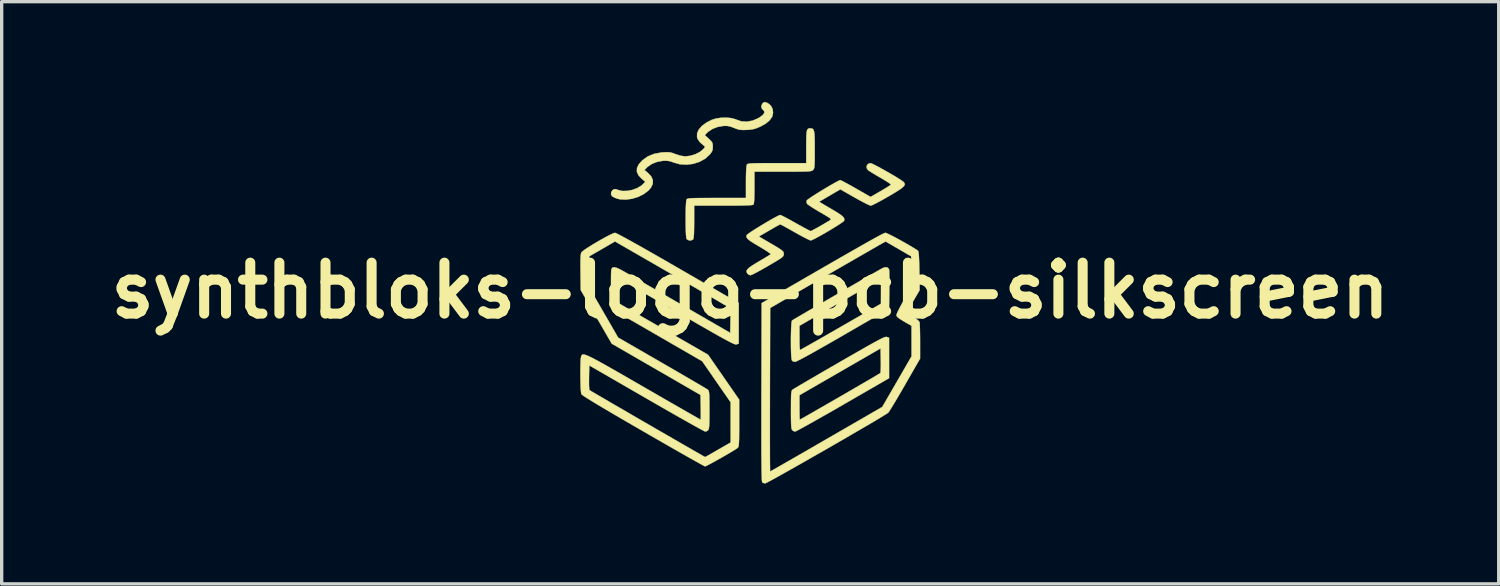
<source format=kicad_pcb>
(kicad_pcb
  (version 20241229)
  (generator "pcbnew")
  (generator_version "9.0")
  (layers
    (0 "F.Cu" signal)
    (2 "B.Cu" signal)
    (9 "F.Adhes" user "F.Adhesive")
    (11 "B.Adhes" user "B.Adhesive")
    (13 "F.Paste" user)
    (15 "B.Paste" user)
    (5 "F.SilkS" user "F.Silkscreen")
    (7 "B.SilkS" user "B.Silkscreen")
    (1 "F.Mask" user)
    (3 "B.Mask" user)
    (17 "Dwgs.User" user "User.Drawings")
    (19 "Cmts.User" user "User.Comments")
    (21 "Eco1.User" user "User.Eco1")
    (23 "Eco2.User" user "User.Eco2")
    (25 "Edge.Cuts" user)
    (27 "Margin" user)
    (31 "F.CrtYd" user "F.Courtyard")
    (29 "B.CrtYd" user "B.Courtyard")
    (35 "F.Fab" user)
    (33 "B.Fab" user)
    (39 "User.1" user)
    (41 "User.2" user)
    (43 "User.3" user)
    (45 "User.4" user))
  (footprint "synthbloks-logo-pcb-silkscreen"
    (layer "F.Cu")
    (at 19.384 5.639)
    (property "Reference" "synthbloks-logo-pcb-silkscreen" (at 0 0 0) (layer "F.SilkS") (effects (font (size 1.524 1.524) (thickness 0.3))))
    (attr through_hole)
    (fp_poly (pts (xy 4.087 1.388) (xy 4.153 1.411) (xy 4.153 2.62) (xy 2.77 3.418) (xy 2.527 3.559) (xy 2.295 3.691) (xy 2.08 3.813) (xy 1.885 3.923) (xy 1.714 4.019) (xy 1.571 4.098) (xy 1.459 4.159) (xy 1.383 4.199) (xy 1.345 4.216) (xy 1.343 4.216) (xy 1.29 4.199) (xy 1.259 4.176) (xy 1.246 4.157) (xy 1.236 4.123) (xy 1.229 4.069) (xy 1.224 3.988) (xy 1.221 3.875) (xy 1.219 3.722) (xy 1.219 3.571) (xy 1.22 3.385) (xy 1.221 3.244) (xy 1.224 3.14) (xy 1.224 3.129) (xy 1.473 3.129) (xy 1.473 3.495) (xy 1.474 3.625) (xy 1.476 3.734) (xy 1.479 3.815) (xy 1.482 3.857) (xy 1.484 3.861) (xy 1.507 3.848) (xy 1.57 3.813) (xy 1.67 3.757) (xy 1.801 3.682) (xy 1.959 3.591) (xy 2.142 3.486) (xy 2.344 3.37) (xy 2.562 3.244) (xy 2.684 3.174) (xy 2.909 3.044) (xy 3.12 2.921) (xy 3.315 2.808) (xy 3.488 2.707) (xy 3.636 2.621) (xy 3.754 2.551) (xy 3.838 2.501) (xy 3.885 2.473) (xy 3.893 2.467) (xy 3.9 2.436) (xy 3.904 2.363) (xy 3.907 2.26) (xy 3.907 2.134) (xy 3.906 2.088) (xy 3.899 1.729) (xy 1.473 3.129) (xy 1.224 3.129) (xy 1.229 3.067) (xy 1.236 3.019) (xy 1.246 2.989) (xy 1.26 2.97) (xy 1.264 2.967) (xy 1.293 2.947) (xy 1.363 2.905) (xy 1.468 2.842) (xy 1.606 2.761) (xy 1.773 2.663) (xy 1.964 2.552) (xy 2.175 2.429) (xy 2.403 2.297) (xy 2.644 2.158) (xy 2.664 2.146) (xy 2.945 1.984) (xy 3.185 1.847) (xy 3.388 1.731) (xy 3.557 1.635) (xy 3.695 1.558) (xy 3.807 1.498) (xy 3.894 1.452) (xy 3.96 1.42) (xy 4.01 1.399) (xy 4.045 1.388) (xy 4.069 1.385) (xy 4.087 1.388)) (stroke (width 0.01) (type solid)) (fill yes) (layer "F.SilkS"))
    (fp_poly (pts (xy 4.111 -0.687) (xy 4.15 -0.638) (xy 4.154 -0.627) (xy 4.157 -0.586) (xy 4.16 -0.502) (xy 4.161 -0.385) (xy 4.162 -0.241) (xy 4.161 -0.079) (xy 4.16 -0.014) (xy 4.153 0.544) (xy 2.781 1.338) (xy 2.488 1.507) (xy 2.223 1.658) (xy 1.988 1.791) (xy 1.787 1.904) (xy 1.62 1.995) (xy 1.49 2.064) (xy 1.398 2.11) (xy 1.348 2.131) (xy 1.341 2.132) (xy 1.273 2.115) (xy 1.245 2.084) (xy 1.236 2.041) (xy 1.228 1.958) (xy 1.223 1.845) (xy 1.219 1.709) (xy 1.218 1.56) (xy 1.218 1.408) (xy 1.221 1.26) (xy 1.225 1.126) (xy 1.229 1.053) (xy 1.473 1.053) (xy 1.473 1.415) (xy 1.474 1.545) (xy 1.477 1.653) (xy 1.482 1.733) (xy 1.487 1.774) (xy 1.49 1.778) (xy 1.514 1.766) (xy 1.578 1.73) (xy 1.679 1.674) (xy 1.811 1.599) (xy 1.971 1.508) (xy 2.154 1.404) (xy 2.358 1.287) (xy 2.576 1.162) (xy 2.708 1.086) (xy 3.91 0.394) (xy 3.911 0.018) (xy 3.912 -0.358) (xy 3.804 -0.294) (xy 3.761 -0.269) (xy 3.678 -0.221) (xy 3.561 -0.153) (xy 3.414 -0.068) (xy 3.242 0.032) (xy 3.05 0.143) (xy 2.841 0.264) (xy 2.622 0.39) (xy 2.584 0.412) (xy 1.473 1.053) (xy 1.229 1.053) (xy 1.232 1.015) (xy 1.24 0.935) (xy 1.25 0.896) (xy 1.251 0.895) (xy 1.278 0.878) (xy 1.344 0.838) (xy 1.445 0.779) (xy 1.576 0.703) (xy 1.732 0.611) (xy 1.909 0.509) (xy 2.102 0.397) (xy 2.306 0.278) (xy 2.517 0.156) (xy 2.73 0.033) (xy 2.94 -0.088) (xy 3.143 -0.205) (xy 3.334 -0.315) (xy 3.508 -0.415) (xy 3.661 -0.503) (xy 3.787 -0.575) (xy 3.883 -0.629) (xy 3.943 -0.663) (xy 3.958 -0.671) (xy 4.044 -0.699) (xy 4.111 -0.687)) (stroke (width 0.01) (type solid)) (fill yes) (layer "F.SilkS"))
    (fp_poly (pts (xy 1.836 -4.849) (xy 1.868 -4.837) (xy 1.892 -4.81) (xy 1.909 -4.763) (xy 1.92 -4.689) (xy 1.927 -4.583) (xy 1.93 -4.438) (xy 1.93 -4.25) (xy 1.93 -4.215) (xy 1.93 -4.032) (xy 1.929 -3.893) (xy 1.926 -3.791) (xy 1.922 -3.719) (xy 1.914 -3.671) (xy 1.904 -3.64) (xy 1.89 -3.618) (xy 1.88 -3.607) (xy 1.864 -3.593) (xy 1.844 -3.582) (xy 1.813 -3.573) (xy 1.768 -3.567) (xy 1.702 -3.562) (xy 1.61 -3.559) (xy 1.486 -3.557) (xy 1.326 -3.556) (xy 1.123 -3.556) (xy 0.978 -3.556) (xy 0.127 -3.556) (xy 0.127 -3.078) (xy 0.126 -2.889) (xy 0.122 -2.746) (xy 0.115 -2.648) (xy 0.106 -2.59) (xy 0.097 -2.57) (xy 0.073 -2.562) (xy 0.019 -2.554) (xy -0.068 -2.549) (xy -0.192 -2.545) (xy -0.356 -2.542) (xy -0.565 -2.54) (xy -0.805 -2.54) (xy -1.676 -2.54) (xy -1.676 -2.05) (xy -1.678 -1.858) (xy -1.681 -1.713) (xy -1.688 -1.612) (xy -1.697 -1.551) (xy -1.707 -1.529) (xy -1.763 -1.502) (xy -1.832 -1.502) (xy -1.889 -1.529) (xy -1.904 -1.548) (xy -1.913 -1.59) (xy -1.92 -1.673) (xy -1.925 -1.789) (xy -1.929 -1.926) (xy -1.93 -2.077) (xy -1.93 -2.231) (xy -1.928 -2.379) (xy -1.924 -2.512) (xy -1.918 -2.62) (xy -1.911 -2.693) (xy -1.904 -2.719) (xy -1.895 -2.733) (xy -1.88 -2.743) (xy -1.854 -2.751) (xy -1.812 -2.758) (xy -1.749 -2.762) (xy -1.659 -2.765) (xy -1.538 -2.767) (xy -1.379 -2.768) (xy -1.179 -2.769) (xy -1.002 -2.769) (xy -0.127 -2.769) (xy -0.127 -3.24) (xy -0.126 -3.407) (xy -0.122 -3.551) (xy -0.115 -3.663) (xy -0.107 -3.736) (xy -0.101 -3.761) (xy -0.092 -3.774) (xy -0.077 -3.785) (xy -0.051 -3.793) (xy -0.009 -3.799) (xy 0.055 -3.804) (xy 0.144 -3.807) (xy 0.266 -3.809) (xy 0.424 -3.81) (xy 0.624 -3.81) (xy 0.801 -3.81) (xy 1.676 -3.81) (xy 1.676 -4.3) (xy 1.677 -4.481) (xy 1.68 -4.618) (xy 1.686 -4.716) (xy 1.697 -4.782) (xy 1.714 -4.822) (xy 1.738 -4.843) (xy 1.771 -4.851) (xy 1.794 -4.851) (xy 1.836 -4.849)) (stroke (width 0.01) (type solid)) (fill yes) (layer "F.SilkS"))
    (fp_poly (pts (xy 0.517 -5.609) (xy 0.534 -5.6) (xy 0.617 -5.531) (xy 0.669 -5.433) (xy 0.684 -5.321) (xy 0.661 -5.209) (xy 0.65 -5.187) (xy 0.575 -5.084) (xy 0.462 -4.991) (xy 0.303 -4.903) (xy 0.293 -4.899) (xy 0.184 -4.853) (xy 0.087 -4.825) (xy -0.023 -4.81) (xy -0.102 -4.805) (xy -0.217 -4.802) (xy -0.301 -4.807) (xy -0.376 -4.824) (xy -0.461 -4.855) (xy -0.483 -4.864) (xy -0.586 -4.903) (xy -0.671 -4.922) (xy -0.762 -4.925) (xy -0.813 -4.922) (xy -0.977 -4.892) (xy -1.131 -4.832) (xy -1.258 -4.748) (xy -1.294 -4.714) (xy -1.356 -4.647) (xy -1.237 -4.537) (xy -1.171 -4.474) (xy -1.135 -4.425) (xy -1.121 -4.374) (xy -1.118 -4.301) (xy -1.123 -4.218) (xy -1.145 -4.154) (xy -1.194 -4.086) (xy -1.209 -4.068) (xy -1.347 -3.943) (xy -1.517 -3.85) (xy -1.707 -3.789) (xy -1.906 -3.765) (xy -2.105 -3.778) (xy -2.279 -3.826) (xy -2.385 -3.864) (xy -2.474 -3.881) (xy -2.571 -3.883) (xy -2.613 -3.88) (xy -2.781 -3.85) (xy -2.937 -3.789) (xy -3.065 -3.703) (xy -3.098 -3.671) (xy -3.162 -3.604) (xy -3.056 -3.516) (xy -2.958 -3.411) (xy -2.911 -3.302) (xy -2.914 -3.19) (xy -2.968 -3.077) (xy -3.042 -2.992) (xy -3.183 -2.885) (xy -3.351 -2.801) (xy -3.534 -2.745) (xy -3.718 -2.72) (xy -3.892 -2.728) (xy -3.994 -2.754) (xy -4.066 -2.784) (xy -4.121 -2.815) (xy -4.128 -2.82) (xy -4.162 -2.876) (xy -4.157 -2.944) (xy -4.116 -3.002) (xy -4.106 -3.01) (xy -4.063 -3.033) (xy -4.021 -3.033) (xy -3.958 -3.012) (xy -3.947 -3.007) (xy -3.821 -2.978) (xy -3.674 -2.981) (xy -3.519 -3.011) (xy -3.373 -3.066) (xy -3.251 -3.141) (xy -3.21 -3.178) (xy -3.137 -3.254) (xy -3.243 -3.342) (xy -3.341 -3.446) (xy -3.389 -3.553) (xy -3.385 -3.663) (xy -3.331 -3.777) (xy -3.227 -3.893) (xy -3.223 -3.897) (xy -3.061 -4.012) (xy -2.871 -4.089) (xy -2.65 -4.13) (xy -2.603 -4.133) (xy -2.49 -4.138) (xy -2.406 -4.133) (xy -2.327 -4.115) (xy -2.233 -4.08) (xy -2.086 -4.033) (xy -1.953 -4.014) (xy -1.936 -4.013) (xy -1.791 -4.03) (xy -1.642 -4.076) (xy -1.508 -4.144) (xy -1.423 -4.211) (xy -1.372 -4.264) (xy -1.354 -4.295) (xy -1.363 -4.317) (xy -1.385 -4.334) (xy -1.503 -4.434) (xy -1.572 -4.533) (xy -1.59 -4.591) (xy -1.587 -4.704) (xy -1.536 -4.817) (xy -1.443 -4.925) (xy -1.31 -5.023) (xy -1.143 -5.108) (xy -1.14 -5.109) (xy -1.009 -5.148) (xy -0.856 -5.168) (xy -0.699 -5.171) (xy -0.552 -5.155) (xy -0.433 -5.121) (xy -0.41 -5.11) (xy -0.264 -5.06) (xy -0.101 -5.05) (xy 0.069 -5.081) (xy 0.235 -5.151) (xy 0.296 -5.188) (xy 0.384 -5.258) (xy 0.424 -5.318) (xy 0.416 -5.369) (xy 0.383 -5.401) (xy 0.34 -5.459) (xy 0.334 -5.531) (xy 0.369 -5.597) (xy 0.37 -5.599) (xy 0.411 -5.631) (xy 0.454 -5.634) (xy 0.517 -5.609)) (stroke (width 0.01) (type solid)) (fill yes) (layer "F.SilkS"))
    (fp_poly (pts (xy 4.082 -1.715) (xy 4.154 -1.681) (xy 4.254 -1.631) (xy 4.372 -1.569) (xy 4.5 -1.499) (xy 4.631 -1.426) (xy 4.755 -1.354) (xy 4.865 -1.289) (xy 4.952 -1.235) (xy 5.008 -1.197) (xy 5.021 -1.186) (xy 5.032 -1.152) (xy 5.042 -1.073) (xy 5.049 -0.949) (xy 5.055 -0.777) (xy 5.059 -0.584) (xy 5.067 -0.013) (xy 4.869 0.328) (xy 4.791 0.466) (xy 4.738 0.566) (xy 4.707 0.634) (xy 4.697 0.674) (xy 4.704 0.691) (xy 4.742 0.714) (xy 4.809 0.753) (xy 4.892 0.801) (xy 4.893 0.801) (xy 4.987 0.862) (xy 5.047 0.917) (xy 5.064 0.947) (xy 5.069 0.989) (xy 5.073 1.073) (xy 5.076 1.19) (xy 5.079 1.333) (xy 5.08 1.491) (xy 5.08 1.519) (xy 5.08 2.035) (xy 4.632 2.814) (xy 4.526 2.998) (xy 4.426 3.169) (xy 4.335 3.323) (xy 4.256 3.453) (xy 4.193 3.555) (xy 4.15 3.622) (xy 4.13 3.649) (xy 4.098 3.673) (xy 4.026 3.718) (xy 3.918 3.784) (xy 3.779 3.868) (xy 3.612 3.967) (xy 3.421 4.079) (xy 3.211 4.201) (xy 2.986 4.332) (xy 2.749 4.47) (xy 2.504 4.611) (xy 2.256 4.754) (xy 2.008 4.895) (xy 1.765 5.034) (xy 1.531 5.168) (xy 1.309 5.294) (xy 1.104 5.409) (xy 0.919 5.513) (xy 0.759 5.602) (xy 0.627 5.674) (xy 0.528 5.727) (xy 0.466 5.758) (xy 0.445 5.766) (xy 0.386 5.752) (xy 0.359 5.731) (xy 0.354 5.71) (xy 0.349 5.658) (xy 0.346 5.573) (xy 0.343 5.454) (xy 0.34 5.298) (xy 0.338 5.104) (xy 0.336 4.87) (xy 0.335 4.595) (xy 0.335 4.275) (xy 0.335 3.961) (xy 0.589 3.961) (xy 0.589 4.254) (xy 0.589 4.522) (xy 0.59 4.761) (xy 0.59 4.968) (xy 0.591 5.14) (xy 0.593 5.272) (xy 0.594 5.362) (xy 0.596 5.406) (xy 0.596 5.41) (xy 0.62 5.398) (xy 0.684 5.362) (xy 0.785 5.305) (xy 0.92 5.228) (xy 1.085 5.133) (xy 1.277 5.023) (xy 1.493 4.899) (xy 1.728 4.763) (xy 1.981 4.617) (xy 2.247 4.464) (xy 2.279 4.445) (xy 3.95 3.48) (xy 4.826 1.965) (xy 4.826 1.509) (xy 4.825 1.054) (xy 4.603 0.927) (xy 4.489 0.857) (xy 4.416 0.804) (xy 4.38 0.762) (xy 4.373 0.743) (xy 4.383 0.699) (xy 4.419 0.616) (xy 4.478 0.5) (xy 4.557 0.354) (xy 4.596 0.285) (xy 4.827 -0.117) (xy 4.82 -0.571) (xy 4.813 -1.025) (xy 4.051 -1.467) (xy 3.962 -1.42) (xy 3.926 -1.4) (xy 3.85 -1.357) (xy 3.737 -1.292) (xy 3.591 -1.208) (xy 3.416 -1.107) (xy 3.215 -0.992) (xy 2.992 -0.863) (xy 2.75 -0.724) (xy 2.494 -0.576) (xy 2.235 -0.426) (xy 0.597 0.521) (xy 0.59 2.966) (xy 0.59 3.313) (xy 0.589 3.646) (xy 0.589 3.961) (xy 0.335 3.961) (xy 0.335 3.911) (xy 0.335 3.499) (xy 0.336 3.038) (xy 0.336 3.036) (xy 0.343 0.375) (xy 0.826 0.095) (xy 1.273 -0.163) (xy 1.678 -0.397) (xy 2.043 -0.608) (xy 2.37 -0.796) (xy 2.661 -0.964) (xy 2.918 -1.111) (xy 3.143 -1.239) (xy 3.337 -1.35) (xy 3.503 -1.444) (xy 3.643 -1.522) (xy 3.758 -1.586) (xy 3.851 -1.636) (xy 3.924 -1.675) (xy 3.978 -1.701) (xy 4.015 -1.718) (xy 4.038 -1.726) (xy 4.045 -1.727) (xy 4.082 -1.715)) (stroke (width 0.01) (type solid)) (fill yes) (layer "F.SilkS"))
    (fp_poly (pts (xy 3.635 -3.798) (xy 3.708 -3.763) (xy 3.807 -3.712) (xy 3.925 -3.648) (xy 4.054 -3.576) (xy 4.185 -3.501) (xy 4.311 -3.428) (xy 4.422 -3.36) (xy 4.51 -3.304) (xy 4.569 -3.263) (xy 4.582 -3.252) (xy 4.612 -3.216) (xy 4.624 -3.181) (xy 4.612 -3.143) (xy 4.574 -3.099) (xy 4.506 -3.044) (xy 4.403 -2.976) (xy 4.262 -2.89) (xy 4.13 -2.813) (xy 3.988 -2.732) (xy 3.858 -2.66) (xy 3.747 -2.602) (xy 3.663 -2.561) (xy 3.613 -2.541) (xy 3.606 -2.54) (xy 3.567 -2.552) (xy 3.492 -2.586) (xy 3.39 -2.638) (xy 3.267 -2.703) (xy 3.131 -2.779) (xy 3.123 -2.783) (xy 2.696 -3.027) (xy 2.383 -2.844) (xy 2.271 -2.779) (xy 2.176 -2.723) (xy 2.106 -2.682) (xy 2.069 -2.66) (xy 2.065 -2.657) (xy 2.084 -2.643) (xy 2.14 -2.609) (xy 2.225 -2.557) (xy 2.334 -2.493) (xy 2.427 -2.439) (xy 2.574 -2.352) (xy 2.681 -2.283) (xy 2.753 -2.229) (xy 2.796 -2.184) (xy 2.814 -2.144) (xy 2.813 -2.104) (xy 2.809 -2.089) (xy 2.783 -2.063) (xy 2.721 -2.018) (xy 2.63 -1.958) (xy 2.518 -1.888) (xy 2.393 -1.812) (xy 2.263 -1.735) (xy 2.135 -1.662) (xy 2.018 -1.597) (xy 1.919 -1.545) (xy 1.847 -1.511) (xy 1.81 -1.499) (xy 1.774 -1.511) (xy 1.702 -1.545) (xy 1.601 -1.596) (xy 1.479 -1.661) (xy 1.345 -1.736) (xy 1.338 -1.74) (xy 1.206 -1.815) (xy 1.089 -1.88) (xy 0.994 -1.932) (xy 0.929 -1.967) (xy 0.9 -1.981) (xy 0.9 -1.981) (xy 0.874 -1.969) (xy 0.813 -1.936) (xy 0.724 -1.886) (xy 0.616 -1.824) (xy 0.572 -1.799) (xy 0.259 -1.617) (xy 0.631 -1.399) (xy 0.767 -1.319) (xy 0.865 -1.259) (xy 0.931 -1.215) (xy 0.972 -1.181) (xy 0.994 -1.153) (xy 1.002 -1.125) (xy 1.003 -1.096) (xy 1.002 -1.067) (xy 0.994 -1.041) (xy 0.975 -1.015) (xy 0.938 -0.983) (xy 0.879 -0.942) (xy 0.791 -0.887) (xy 0.669 -0.815) (xy 0.533 -0.735) (xy 0.391 -0.654) (xy 0.261 -0.581) (xy 0.15 -0.522) (xy 0.066 -0.481) (xy 0.016 -0.46) (xy 0.008 -0.459) (xy -0.049 -0.477) (xy -0.086 -0.511) (xy -0.108 -0.554) (xy -0.107 -0.595) (xy -0.081 -0.639) (xy -0.023 -0.691) (xy 0.069 -0.755) (xy 0.201 -0.836) (xy 0.254 -0.868) (xy 0.373 -0.937) (xy 0.476 -0.999) (xy 0.555 -1.048) (xy 0.604 -1.079) (xy 0.613 -1.086) (xy 0.6 -1.105) (xy 0.548 -1.144) (xy 0.466 -1.199) (xy 0.36 -1.265) (xy 0.268 -1.319) (xy 0.125 -1.403) (xy 0.022 -1.469) (xy -0.048 -1.52) (xy -0.09 -1.561) (xy -0.109 -1.599) (xy -0.111 -1.637) (xy -0.108 -1.656) (xy -0.084 -1.679) (xy -0.024 -1.723) (xy 0.065 -1.782) (xy 0.175 -1.853) (xy 0.299 -1.929) (xy 0.428 -2.007) (xy 0.556 -2.082) (xy 0.674 -2.15) (xy 0.775 -2.205) (xy 0.851 -2.243) (xy 0.894 -2.26) (xy 0.897 -2.261) (xy 0.93 -2.249) (xy 0.998 -2.215) (xy 1.096 -2.164) (xy 1.216 -2.099) (xy 1.349 -2.024) (xy 1.358 -2.019) (xy 1.492 -1.944) (xy 1.611 -1.879) (xy 1.708 -1.827) (xy 1.776 -1.792) (xy 1.808 -1.778) (xy 1.809 -1.778) (xy 1.838 -1.79) (xy 1.902 -1.823) (xy 1.99 -1.871) (xy 2.092 -1.928) (xy 2.199 -1.99) (xy 2.302 -2.051) (xy 2.384 -2.101) (xy 2.404 -2.116) (xy 2.411 -2.131) (xy 2.4 -2.15) (xy 2.364 -2.179) (xy 2.299 -2.22) (xy 2.2 -2.279) (xy 2.083 -2.347) (xy 1.96 -2.42) (xy 1.852 -2.487) (xy 1.766 -2.544) (xy 1.712 -2.584) (xy 1.698 -2.599) (xy 1.684 -2.659) (xy 1.689 -2.691) (xy 1.714 -2.716) (xy 1.775 -2.76) (xy 1.865 -2.821) (xy 1.976 -2.892) (xy 2.1 -2.969) (xy 2.23 -3.048) (xy 2.358 -3.124) (xy 2.476 -3.192) (xy 2.576 -3.247) (xy 2.651 -3.286) (xy 2.692 -3.302) (xy 2.695 -3.302) (xy 2.725 -3.29) (xy 2.792 -3.256) (xy 2.889 -3.204) (xy 3.008 -3.139) (xy 3.142 -3.063) (xy 3.163 -3.051) (xy 3.601 -2.8) (xy 3.902 -2.975) (xy 4.013 -3.04) (xy 4.106 -3.097) (xy 4.174 -3.141) (xy 4.208 -3.166) (xy 4.21 -3.169) (xy 4.192 -3.188) (xy 4.136 -3.227) (xy 4.052 -3.281) (xy 3.946 -3.345) (xy 3.893 -3.376) (xy 3.774 -3.445) (xy 3.669 -3.508) (xy 3.586 -3.56) (xy 3.534 -3.594) (xy 3.524 -3.601) (xy 3.484 -3.663) (xy 3.484 -3.728) (xy 3.518 -3.782) (xy 3.582 -3.809) (xy 3.598 -3.81) (xy 3.635 -3.798)) (stroke (width 0.01) (type solid)) (fill yes) (layer "F.SilkS"))
    (fp_poly (pts (xy -4.008 -1.714) (xy -3.932 -1.676) (xy -3.817 -1.615) (xy -3.664 -1.532) (xy -3.475 -1.427) (xy -3.253 -1.303) (xy -3 -1.159) (xy -2.718 -0.998) (xy -2.408 -0.82) (xy -2.159 -0.676) (xy -0.343 0.373) (xy -0.343 1.586) (xy -0.408 1.609) (xy -0.424 1.611) (xy -0.448 1.607) (xy -0.483 1.595) (xy -0.533 1.574) (xy -0.599 1.541) (xy -0.685 1.496) (xy -0.795 1.437) (xy -0.93 1.362) (xy -1.094 1.27) (xy -1.29 1.158) (xy -1.521 1.026) (xy -1.789 0.871) (xy -2.099 0.693) (xy -2.109 0.687) (xy -2.376 0.533) (xy -2.631 0.385) (xy -2.872 0.246) (xy -3.093 0.118) (xy -3.293 0.002) (xy -3.467 -0.098) (xy -3.611 -0.182) (xy -3.722 -0.246) (xy -3.796 -0.29) (xy -3.829 -0.309) (xy -3.912 -0.36) (xy -3.91 0.394) (xy -2.585 1.156) (xy -1.26 1.919) (xy -0.795 2.59) (xy -0.33 3.261) (xy -0.33 3.963) (xy -0.33 4.172) (xy -0.331 4.336) (xy -0.333 4.461) (xy -0.337 4.552) (xy -0.342 4.616) (xy -0.349 4.659) (xy -0.359 4.685) (xy -0.372 4.702) (xy -0.375 4.704) (xy -0.415 4.733) (xy -0.489 4.78) (xy -0.589 4.84) (xy -0.707 4.909) (xy -0.834 4.982) (xy -0.963 5.055) (xy -1.085 5.123) (xy -1.193 5.181) (xy -1.278 5.226) (xy -1.333 5.252) (xy -1.349 5.257) (xy -1.376 5.245) (xy -1.443 5.209) (xy -1.548 5.151) (xy -1.687 5.073) (xy -1.857 4.978) (xy -2.054 4.866) (xy -2.274 4.74) (xy -2.516 4.602) (xy -2.775 4.453) (xy -3.048 4.296) (xy -3.2 4.208) (xy -3.565 3.997) (xy -3.886 3.81) (xy -4.165 3.647) (xy -4.404 3.506) (xy -4.603 3.387) (xy -4.764 3.289) (xy -4.888 3.212) (xy -4.975 3.155) (xy -5.029 3.116) (xy -5.048 3.097) (xy -5.057 3.053) (xy -5.065 2.969) (xy -5.071 2.853) (xy -5.075 2.715) (xy -5.078 2.566) (xy -5.078 2.415) (xy -5.076 2.271) (xy -5.073 2.145) (xy -5.067 2.047) (xy -5.058 1.985) (xy -5.057 1.981) (xy -5.049 1.954) (xy -5.038 1.933) (xy -5.023 1.918) (xy -4.999 1.911) (xy -4.964 1.914) (xy -4.915 1.928) (xy -4.85 1.954) (xy -4.765 1.993) (xy -4.658 2.048) (xy -4.526 2.119) (xy -4.365 2.208) (xy -4.174 2.316) (xy -3.949 2.444) (xy -3.688 2.594) (xy -3.387 2.768) (xy -3.189 2.882) (xy -2.92 3.037) (xy -2.664 3.185) (xy -2.424 3.323) (xy -2.204 3.449) (xy -2.006 3.563) (xy -1.835 3.661) (xy -1.694 3.741) (xy -1.586 3.803) (xy -1.515 3.843) (xy -1.484 3.86) (xy -1.482 3.861) (xy -1.479 3.837) (xy -1.477 3.771) (xy -1.477 3.672) (xy -1.478 3.55) (xy -1.479 3.491) (xy -1.486 3.121) (xy -2.813 2.354) (xy -4.141 1.587) (xy -4.604 0.787) (xy -5.067 -0.013) (xy -5.069 -0.114) (xy -4.827 -0.114) (xy -4.388 0.646) (xy -3.95 1.405) (xy -2.626 2.169) (xy -2.388 2.307) (xy -2.162 2.438) (xy -1.952 2.56) (xy -1.763 2.67) (xy -1.598 2.767) (xy -1.461 2.847) (xy -1.357 2.909) (xy -1.289 2.951) (xy -1.261 2.969) (xy -1.247 2.986) (xy -1.237 3.015) (xy -1.229 3.062) (xy -1.224 3.135) (xy -1.221 3.24) (xy -1.22 3.382) (xy -1.219 3.568) (xy -1.219 3.57) (xy -1.22 3.758) (xy -1.221 3.902) (xy -1.225 4.008) (xy -1.23 4.083) (xy -1.238 4.132) (xy -1.248 4.162) (xy -1.259 4.176) (xy -1.31 4.209) (xy -1.343 4.216) (xy -1.371 4.204) (xy -1.44 4.168) (xy -1.546 4.11) (xy -1.686 4.033) (xy -1.855 3.938) (xy -2.052 3.827) (xy -2.272 3.702) (xy -2.511 3.566) (xy -2.767 3.419) (xy -3.036 3.264) (xy -3.1 3.227) (xy -4.813 2.238) (xy -4.82 2.597) (xy -4.821 2.727) (xy -4.82 2.84) (xy -4.815 2.924) (xy -4.808 2.971) (xy -4.806 2.977) (xy -4.781 2.992) (xy -4.717 3.031) (xy -4.617 3.09) (xy -4.485 3.167) (xy -4.326 3.259) (xy -4.144 3.366) (xy -3.942 3.483) (xy -3.724 3.609) (xy -3.496 3.742) (xy -3.26 3.879) (xy -3.021 4.017) (xy -2.783 4.155) (xy -2.55 4.289) (xy -2.326 4.418) (xy -2.116 4.54) (xy -1.922 4.651) (xy -1.75 4.75) (xy -1.603 4.834) (xy -1.486 4.901) (xy -1.402 4.949) (xy -1.356 4.974) (xy -1.348 4.978) (xy -1.324 4.966) (xy -1.263 4.933) (xy -1.173 4.882) (xy -1.061 4.818) (xy -0.961 4.76) (xy -0.584 4.542) (xy -0.585 3.34) (xy -1.01 2.727) (xy -1.435 2.113) (xy -2.794 1.328) (xy -4.153 0.544) (xy -4.16 -0.014) (xy -4.162 -0.18) (xy -4.162 -0.332) (xy -4.161 -0.461) (xy -4.158 -0.558) (xy -4.155 -0.617) (xy -4.154 -0.627) (xy -4.127 -0.679) (xy -4.079 -0.698) (xy -4.004 -0.684) (xy -3.897 -0.637) (xy -3.854 -0.613) (xy -3.801 -0.584) (xy -3.708 -0.531) (xy -3.58 -0.457) (xy -3.419 -0.365) (xy -3.232 -0.257) (xy -3.021 -0.135) (xy -2.79 -0.003) (xy -2.544 0.139) (xy -2.287 0.288) (xy -2.134 0.377) (xy -0.597 1.265) (xy -0.59 0.907) (xy -0.588 0.752) (xy -0.59 0.64) (xy -0.597 0.568) (xy -0.609 0.528) (xy -0.615 0.519) (xy -0.642 0.502) (xy -0.709 0.461) (xy -0.814 0.4) (xy -0.952 0.318) (xy -1.12 0.22) (xy -1.316 0.106) (xy -1.534 -0.021) (xy -1.773 -0.159) (xy -2.028 -0.307) (xy -2.296 -0.461) (xy -2.345 -0.49) (xy -4.043 -1.469) (xy -4.428 -1.246) (xy -4.813 -1.024) (xy -4.82 -0.569) (xy -4.827 -0.114) (xy -5.069 -0.114) (xy -5.074 -0.546) (xy -5.076 -0.744) (xy -5.075 -0.896) (xy -5.071 -1.007) (xy -5.064 -1.084) (xy -5.053 -1.13) (xy -5.049 -1.14) (xy -5.016 -1.173) (xy -4.946 -1.225) (xy -4.847 -1.29) (xy -4.729 -1.365) (xy -4.598 -1.443) (xy -4.464 -1.52) (xy -4.335 -1.592) (xy -4.219 -1.653) (xy -4.125 -1.698) (xy -4.061 -1.723) (xy -4.042 -1.726) (xy -4.008 -1.714)) (stroke (width 0.01) (type solid)) (fill yes) (layer "F.SilkS")))
  (gr_rect
    (start -3 -3)
    (end 41.768 14.41)
    (stroke (width 0.1) (type default))
    (fill no)
    (layer "Edge.Cuts")))
</source>
